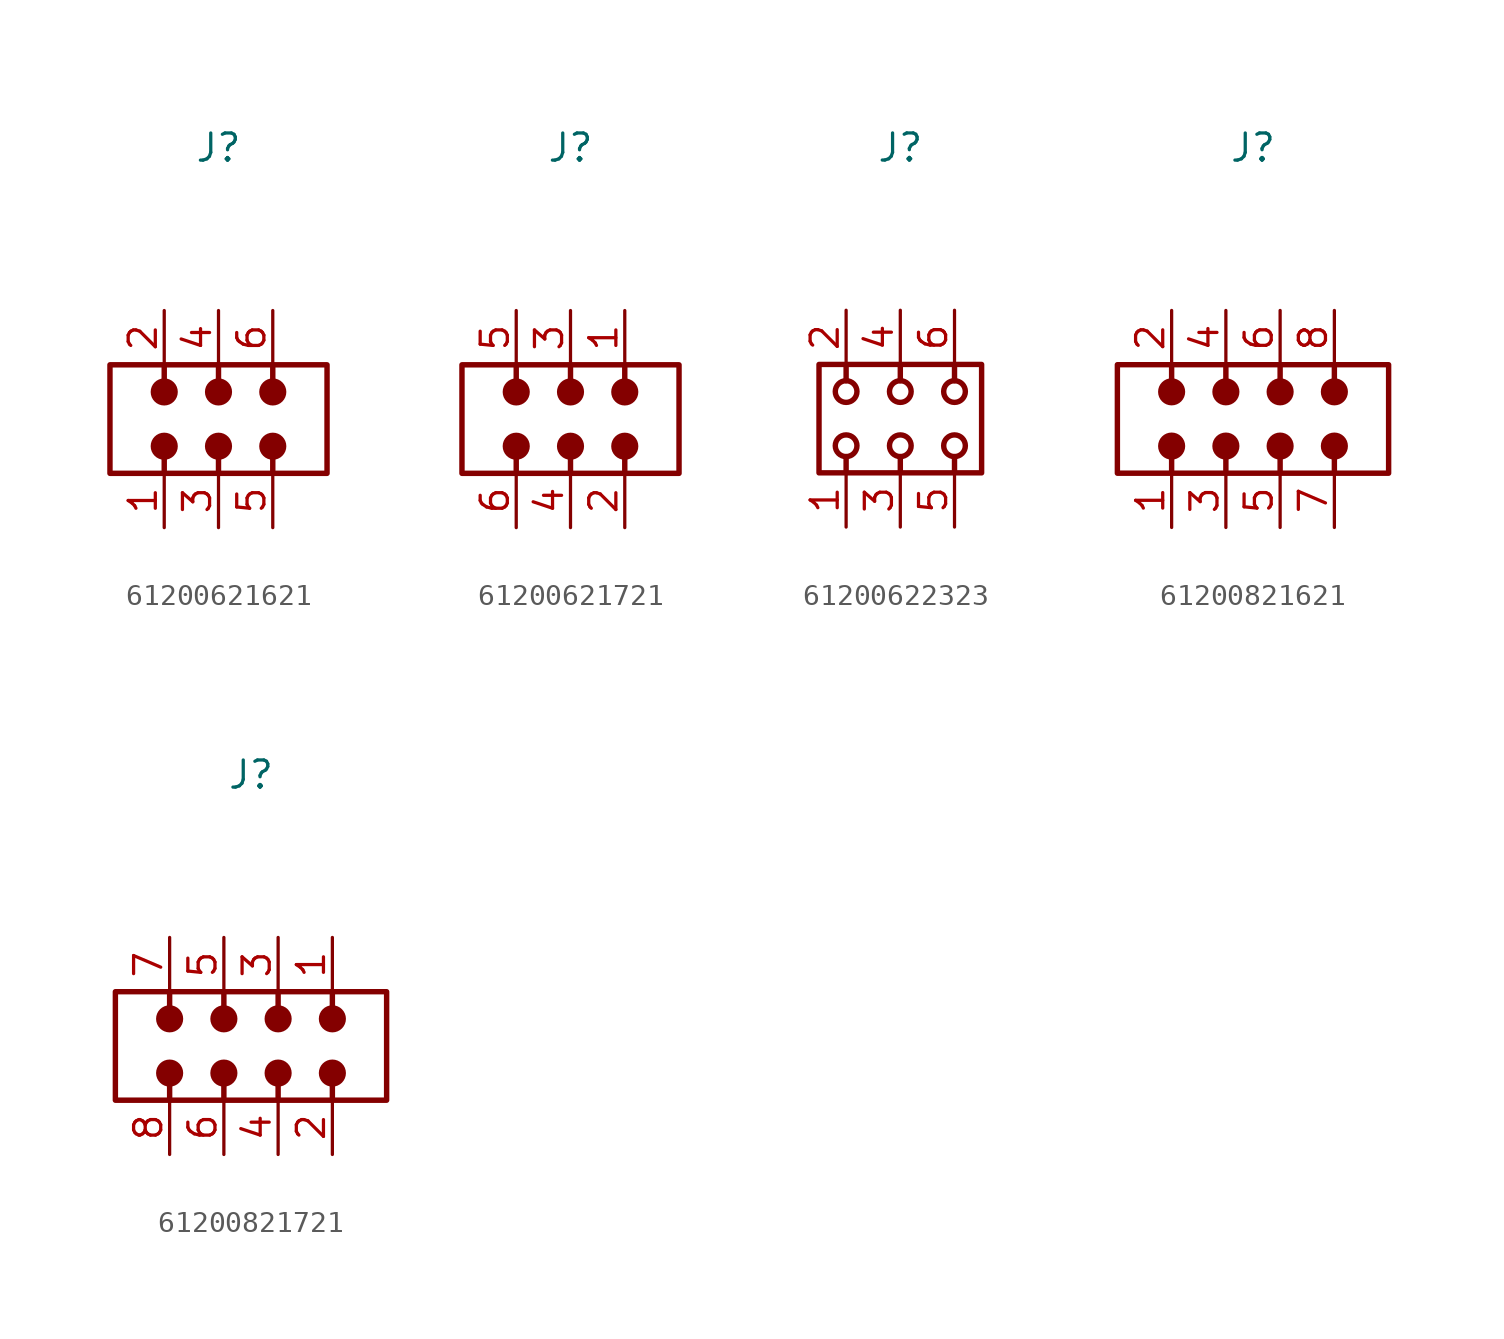
<source format=kicad_sym>
(kicad_symbol_lib
  (version 20241209)
  (generator "kicad_symbol_editor")
  (generator_version "9.0")
  (symbol "61200621621"
    (pin_names
      (hide yes))
    (property "Reference" "J"
      (at 0 12.7 0)
      (effects (font (size 1.27 1.27))))
    (symbol "61200621621_1_1"
      (polyline (pts (xy -2.54 1.778) (xy -2.54 2.54)) (stroke (width 0.254) (type solid)) (fill (type none)))
      (circle (center -2.54 1.27) (radius 0.508) (stroke (width 0.254) (type solid)) (fill (type outline)))
      (circle (center -2.54 -1.27) (radius 0.508) (stroke (width 0.254) (type solid)) (fill (type outline)))
      (polyline (pts (xy -2.54 -1.778) (xy -2.54 -2.54)) (stroke (width 0.254) (type solid)) (fill (type none)))
      (polyline (pts (xy 0 1.778) (xy 0 2.54)) (stroke (width 0.254) (type solid)) (fill (type none)))
      (circle (center 0 1.27) (radius 0.508) (stroke (width 0.254) (type solid)) (fill (type outline)))
      (circle (center 0 -1.27) (radius 0.508) (stroke (width 0.254) (type solid)) (fill (type outline)))
      (polyline (pts (xy 0 -1.778) (xy 0 -2.54)) (stroke (width 0.254) (type solid)) (fill (type none)))
      (polyline (pts (xy 2.54 1.778) (xy 2.54 2.54)) (stroke (width 0.254) (type solid)) (fill (type none)))
      (circle (center 2.54 1.27) (radius 0.508) (stroke (width 0.254) (type solid)) (fill (type outline)))
      (circle (center 2.54 -1.27) (radius 0.508) (stroke (width 0.254) (type solid)) (fill (type outline)))
      (polyline (pts (xy 2.54 -1.778) (xy 2.54 -2.54)) (stroke (width 0.254) (type solid)) (fill (type none)))
      (rectangle (start 5.08 -2.54) (end -5.08 2.54) (stroke (width 0.254) (type solid)) (fill (type none)))
      (pin passive line (at -2.54 5.08 270) (length 2.54) (name "2" (effects (font (size 1.27 1.27)))) (number "2" (effects (font (size 1.27 1.27)))))
      (pin passive line (at -2.54 -5.08 90) (length 2.54) (name "1" (effects (font (size 1.27 1.27)))) (number "1" (effects (font (size 1.27 1.27)))))
      (pin passive line (at 0 5.08 270) (length 2.54) (name "4" (effects (font (size 1.27 1.27)))) (number "4" (effects (font (size 1.27 1.27)))))
      (pin passive line (at 0 -5.08 90) (length 2.54) (name "3" (effects (font (size 1.27 1.27)))) (number "3" (effects (font (size 1.27 1.27)))))
      (pin passive line (at 2.54 5.08 270) (length 2.54) (name "6" (effects (font (size 1.27 1.27)))) (number "6" (effects (font (size 1.27 1.27)))))
      (pin passive line (at 2.54 -5.08 90) (length 2.54) (name "5" (effects (font (size 1.27 1.27)))) (number "5" (effects (font (size 1.27 1.27)))))))
  (symbol "61200621721"
    (pin_names
      (hide yes))
    (property "Reference" "J"
      (at 0 12.7 0)
      (effects (font (size 1.27 1.27))))
    (symbol "61200621721_1_1"
      (rectangle (start -5.08 2.54) (end 5.08 -2.54) (stroke (width 0.254) (type solid)) (fill (type none)))
      (polyline (pts (xy -2.54 1.778) (xy -2.54 2.54)) (stroke (width 0.254) (type solid)) (fill (type none)))
      (circle (center -2.54 1.27) (radius 0.508) (stroke (width 0.254) (type solid)) (fill (type outline)))
      (circle (center -2.54 -1.27) (radius 0.508) (stroke (width 0.254) (type solid)) (fill (type outline)))
      (polyline (pts (xy -2.54 -1.778) (xy -2.54 -2.54)) (stroke (width 0.254) (type solid)) (fill (type none)))
      (polyline (pts (xy 0 1.778) (xy 0 2.54)) (stroke (width 0.254) (type solid)) (fill (type none)))
      (circle (center 0 1.27) (radius 0.508) (stroke (width 0.254) (type solid)) (fill (type outline)))
      (circle (center 0 -1.27) (radius 0.508) (stroke (width 0.254) (type solid)) (fill (type outline)))
      (polyline (pts (xy 0 -1.778) (xy 0 -2.54)) (stroke (width 0.254) (type solid)) (fill (type none)))
      (polyline (pts (xy 2.54 1.778) (xy 2.54 2.54)) (stroke (width 0.254) (type solid)) (fill (type none)))
      (circle (center 2.54 1.27) (radius 0.508) (stroke (width 0.254) (type solid)) (fill (type outline)))
      (circle (center 2.54 -1.27) (radius 0.508) (stroke (width 0.254) (type solid)) (fill (type outline)))
      (polyline (pts (xy 2.54 -1.778) (xy 2.54 -2.54)) (stroke (width 0.254) (type solid)) (fill (type none)))
      (pin passive line (at -2.54 5.08 270) (length 2.54) (name "5" (effects (font (size 1.27 1.27)))) (number "5" (effects (font (size 1.27 1.27)))))
      (pin passive line (at -2.54 -5.08 90) (length 2.54) (name "6" (effects (font (size 1.27 1.27)))) (number "6" (effects (font (size 1.27 1.27)))))
      (pin passive line (at 0 5.08 270) (length 2.54) (name "3" (effects (font (size 1.27 1.27)))) (number "3" (effects (font (size 1.27 1.27)))))
      (pin passive line (at 0 -5.08 90) (length 2.54) (name "4" (effects (font (size 1.27 1.27)))) (number "4" (effects (font (size 1.27 1.27)))))
      (pin passive line (at 2.54 5.08 270) (length 2.54) (name "1" (effects (font (size 1.27 1.27)))) (number "1" (effects (font (size 1.27 1.27)))))
      (pin passive line (at 2.54 -5.08 90) (length 2.54) (name "2" (effects (font (size 1.27 1.27)))) (number "2" (effects (font (size 1.27 1.27)))))))
  (symbol "61200622323"
    (pin_names
      (hide yes))
    (property "Reference" "J"
      (at 0 12.7 0)
      (effects (font (size 1.27 1.27))))
    (symbol "61200622323_1_1"
      (rectangle (start -3.81 2.54) (end 3.81 -2.54) (stroke (width 0.254) (type solid)) (fill (type none)))
      (polyline (pts (xy -2.54 1.778) (xy -2.54 2.54)) (stroke (width 0.254) (type solid)) (fill (type none)))
      (circle (center -2.54 1.27) (radius 0.508) (stroke (width 0.254) (type solid)) (fill (type none)))
      (circle (center -2.54 -1.27) (radius 0.508) (stroke (width 0.254) (type solid)) (fill (type none)))
      (polyline (pts (xy -2.54 -1.778) (xy -2.54 -2.54)) (stroke (width 0.254) (type solid)) (fill (type none)))
      (polyline (pts (xy 0 1.778) (xy 0 2.54)) (stroke (width 0.254) (type solid)) (fill (type none)))
      (circle (center 0 1.27) (radius 0.508) (stroke (width 0.254) (type solid)) (fill (type none)))
      (circle (center 0 -1.27) (radius 0.508) (stroke (width 0.254) (type solid)) (fill (type none)))
      (polyline (pts (xy 0 -1.778) (xy 0 -2.54)) (stroke (width 0.254) (type solid)) (fill (type none)))
      (polyline (pts (xy 2.54 1.778) (xy 2.54 2.54)) (stroke (width 0.254) (type solid)) (fill (type none)))
      (circle (center 2.54 1.27) (radius 0.508) (stroke (width 0.254) (type solid)) (fill (type none)))
      (circle (center 2.54 -1.27) (radius 0.508) (stroke (width 0.254) (type solid)) (fill (type none)))
      (polyline (pts (xy 2.54 -1.778) (xy 2.54 -2.54)) (stroke (width 0.254) (type solid)) (fill (type none)))
      (pin passive line (at -2.54 5.08 270) (length 2.54) (name "2" (effects (font (size 1.27 1.27)))) (number "2" (effects (font (size 1.27 1.27)))))
      (pin passive line (at -2.54 -5.08 90) (length 2.54) (name "1" (effects (font (size 1.27 1.27)))) (number "1" (effects (font (size 1.27 1.27)))))
      (pin passive line (at 0 5.08 270) (length 2.54) (name "4" (effects (font (size 1.27 1.27)))) (number "4" (effects (font (size 1.27 1.27)))))
      (pin passive line (at 0 -5.08 90) (length 2.54) (name "3" (effects (font (size 1.27 1.27)))) (number "3" (effects (font (size 1.27 1.27)))))
      (pin passive line (at 2.54 5.08 270) (length 2.54) (name "6" (effects (font (size 1.27 1.27)))) (number "6" (effects (font (size 1.27 1.27)))))
      (pin passive line (at 2.54 -5.08 90) (length 2.54) (name "5" (effects (font (size 1.27 1.27)))) (number "5" (effects (font (size 1.27 1.27)))))))
  (symbol "61200821621"
    (pin_names
      (hide yes))
    (property "Reference" "J"
      (at 0 12.7 0)
      (effects (font (size 1.27 1.27))))
    (symbol "61200821621_1_1"
      (rectangle (start -6.35 2.54) (end 6.35 -2.54) (stroke (width 0.254) (type solid)) (fill (type none)))
      (polyline (pts (xy -3.81 1.778) (xy -3.81 2.54)) (stroke (width 0.254) (type solid)) (fill (type none)))
      (circle (center -3.81 1.27) (radius 0.508) (stroke (width 0.254) (type solid)) (fill (type outline)))
      (circle (center -3.81 -1.27) (radius 0.508) (stroke (width 0.254) (type solid)) (fill (type outline)))
      (polyline (pts (xy -3.81 -1.778) (xy -3.81 -2.54)) (stroke (width 0.254) (type solid)) (fill (type none)))
      (polyline (pts (xy -1.27 1.778) (xy -1.27 2.54)) (stroke (width 0.254) (type solid)) (fill (type none)))
      (circle (center -1.27 1.27) (radius 0.508) (stroke (width 0.254) (type solid)) (fill (type outline)))
      (circle (center -1.27 -1.27) (radius 0.508) (stroke (width 0.254) (type solid)) (fill (type outline)))
      (polyline (pts (xy -1.27 -1.778) (xy -1.27 -2.54)) (stroke (width 0.254) (type solid)) (fill (type none)))
      (polyline (pts (xy 1.27 1.778) (xy 1.27 2.54)) (stroke (width 0.254) (type solid)) (fill (type none)))
      (circle (center 1.27 1.27) (radius 0.508) (stroke (width 0.254) (type solid)) (fill (type outline)))
      (circle (center 1.27 -1.27) (radius 0.508) (stroke (width 0.254) (type solid)) (fill (type outline)))
      (polyline (pts (xy 1.27 -1.778) (xy 1.27 -2.54)) (stroke (width 0.254) (type solid)) (fill (type none)))
      (polyline (pts (xy 3.81 1.778) (xy 3.81 2.54)) (stroke (width 0.254) (type solid)) (fill (type none)))
      (circle (center 3.81 1.27) (radius 0.508) (stroke (width 0.254) (type solid)) (fill (type outline)))
      (circle (center 3.81 -1.27) (radius 0.508) (stroke (width 0.254) (type solid)) (fill (type outline)))
      (polyline (pts (xy 3.81 -1.778) (xy 3.81 -2.54)) (stroke (width 0.254) (type solid)) (fill (type none)))
      (pin passive line (at -3.81 5.08 270) (length 2.54) (name "2" (effects (font (size 1.27 1.27)))) (number "2" (effects (font (size 1.27 1.27)))))
      (pin passive line (at -3.81 -5.08 90) (length 2.54) (name "1" (effects (font (size 1.27 1.27)))) (number "1" (effects (font (size 1.27 1.27)))))
      (pin passive line (at -1.27 5.08 270) (length 2.54) (name "4" (effects (font (size 1.27 1.27)))) (number "4" (effects (font (size 1.27 1.27)))))
      (pin passive line (at -1.27 -5.08 90) (length 2.54) (name "3" (effects (font (size 1.27 1.27)))) (number "3" (effects (font (size 1.27 1.27)))))
      (pin passive line (at 1.27 5.08 270) (length 2.54) (name "6" (effects (font (size 1.27 1.27)))) (number "6" (effects (font (size 1.27 1.27)))))
      (pin passive line (at 1.27 -5.08 90) (length 2.54) (name "5" (effects (font (size 1.27 1.27)))) (number "5" (effects (font (size 1.27 1.27)))))
      (pin passive line (at 3.81 5.08 270) (length 2.54) (name "8" (effects (font (size 1.27 1.27)))) (number "8" (effects (font (size 1.27 1.27)))))
      (pin passive line (at 3.81 -5.08 90) (length 2.54) (name "7" (effects (font (size 1.27 1.27)))) (number "7" (effects (font (size 1.27 1.27)))))))
  (symbol "61200821721"
    (pin_names
      (hide yes))
    (property "Reference" "J"
      (at 0 12.7 0)
      (effects (font (size 1.27 1.27))))
    (symbol "61200821721_1_1"
      (polyline (pts (xy -3.81 1.778) (xy -3.81 2.54)) (stroke (width 0.254) (type solid)) (fill (type none)))
      (circle (center -3.81 1.27) (radius 0.508) (stroke (width 0.254) (type solid)) (fill (type outline)))
      (circle (center -3.81 -1.27) (radius 0.508) (stroke (width 0.254) (type solid)) (fill (type outline)))
      (polyline (pts (xy -3.81 -1.778) (xy -3.81 -2.54)) (stroke (width 0.254) (type solid)) (fill (type none)))
      (polyline (pts (xy -1.27 1.778) (xy -1.27 2.54)) (stroke (width 0.254) (type solid)) (fill (type none)))
      (circle (center -1.27 1.27) (radius 0.508) (stroke (width 0.254) (type solid)) (fill (type outline)))
      (circle (center -1.27 -1.27) (radius 0.508) (stroke (width 0.254) (type solid)) (fill (type outline)))
      (polyline (pts (xy -1.27 -1.778) (xy -1.27 -2.54)) (stroke (width 0.254) (type solid)) (fill (type none)))
      (polyline (pts (xy 1.27 1.778) (xy 1.27 2.54)) (stroke (width 0.254) (type solid)) (fill (type none)))
      (circle (center 1.27 1.27) (radius 0.508) (stroke (width 0.254) (type solid)) (fill (type outline)))
      (circle (center 1.27 -1.27) (radius 0.508) (stroke (width 0.254) (type solid)) (fill (type outline)))
      (polyline (pts (xy 1.27 -1.778) (xy 1.27 -2.54)) (stroke (width 0.254) (type solid)) (fill (type none)))
      (polyline (pts (xy 3.81 1.778) (xy 3.81 2.54)) (stroke (width 0.254) (type solid)) (fill (type none)))
      (circle (center 3.81 1.27) (radius 0.508) (stroke (width 0.254) (type solid)) (fill (type outline)))
      (circle (center 3.81 -1.27) (radius 0.508) (stroke (width 0.254) (type solid)) (fill (type outline)))
      (polyline (pts (xy 3.81 -1.778) (xy 3.81 -2.54)) (stroke (width 0.254) (type solid)) (fill (type none)))
      (rectangle (start 6.35 -2.54) (end -6.35 2.54) (stroke (width 0.254) (type solid)) (fill (type none)))
      (pin passive line (at -3.81 5.08 270) (length 2.54) (name "7" (effects (font (size 1.27 1.27)))) (number "7" (effects (font (size 1.27 1.27)))))
      (pin passive line (at -3.81 -5.08 90) (length 2.54) (name "8" (effects (font (size 1.27 1.27)))) (number "8" (effects (font (size 1.27 1.27)))))
      (pin passive line (at -1.27 5.08 270) (length 2.54) (name "5" (effects (font (size 1.27 1.27)))) (number "5" (effects (font (size 1.27 1.27)))))
      (pin passive line (at -1.27 -5.08 90) (length 2.54) (name "6" (effects (font (size 1.27 1.27)))) (number "6" (effects (font (size 1.27 1.27)))))
      (pin passive line (at 1.27 5.08 270) (length 2.54) (name "3" (effects (font (size 1.27 1.27)))) (number "3" (effects (font (size 1.27 1.27)))))
      (pin passive line (at 1.27 -5.08 90) (length 2.54) (name "4" (effects (font (size 1.27 1.27)))) (number "4" (effects (font (size 1.27 1.27)))))
      (pin passive line (at 3.81 5.08 270) (length 2.54) (name "1" (effects (font (size 1.27 1.27)))) (number "1" (effects (font (size 1.27 1.27)))))
      (pin passive line (at 3.81 -5.08 90) (length 2.54) (name "2" (effects (font (size 1.27 1.27)))) (number "2" (effects (font (size 1.27 1.27))))))))
</source>
